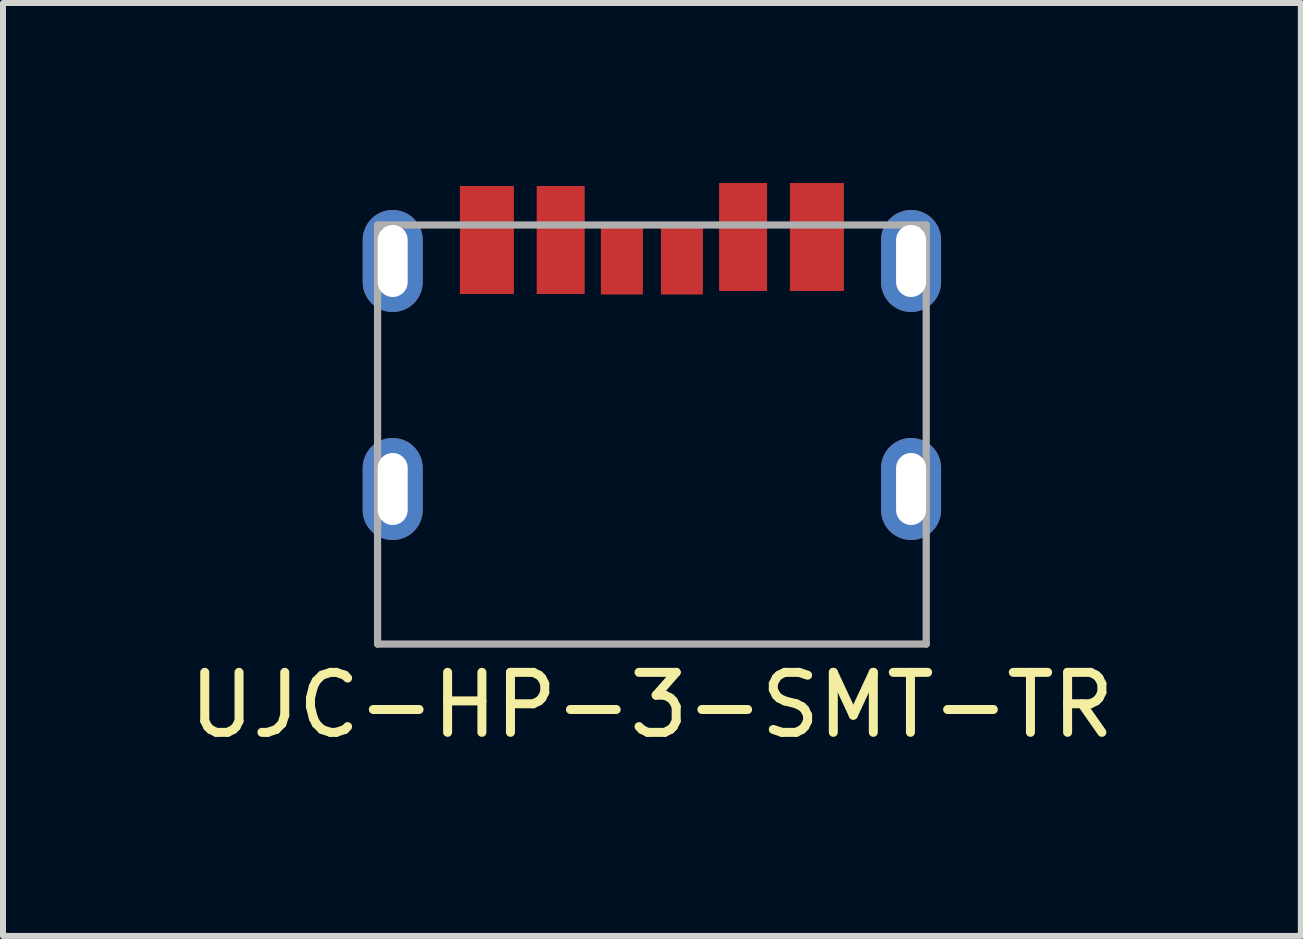
<source format=kicad_pcb>
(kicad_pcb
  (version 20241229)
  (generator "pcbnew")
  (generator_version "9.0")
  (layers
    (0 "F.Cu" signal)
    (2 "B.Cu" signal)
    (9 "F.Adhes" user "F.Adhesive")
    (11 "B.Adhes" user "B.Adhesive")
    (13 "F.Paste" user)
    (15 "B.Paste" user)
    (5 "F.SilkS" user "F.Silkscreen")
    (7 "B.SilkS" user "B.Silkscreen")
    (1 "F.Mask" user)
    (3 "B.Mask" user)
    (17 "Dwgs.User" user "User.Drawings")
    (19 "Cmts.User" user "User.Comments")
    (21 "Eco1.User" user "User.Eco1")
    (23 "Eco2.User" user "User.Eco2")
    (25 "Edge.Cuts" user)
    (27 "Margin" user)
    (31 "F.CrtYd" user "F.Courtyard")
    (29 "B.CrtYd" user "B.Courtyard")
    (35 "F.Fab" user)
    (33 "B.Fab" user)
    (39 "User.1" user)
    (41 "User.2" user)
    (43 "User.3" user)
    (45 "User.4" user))
  (footprint "UJC-HP-3-SMT-TR"
    (layer "F.Cu")
    (at 7.815 0.7)
    (property "Reference" "UJC-HP-3-SMT-TR" (at 0 8.001 0) (layer "F.SilkS") (effects (font (size 1 1) (thickness 0.15))))
    (attr through_hole)
    (fp_line (start -4.572 0) (end 4.572 0) (stroke (width 0.12) (type solid)) (layer "F.Fab"))
    (fp_line (start -4.572 6.985) (end -4.572 0) (stroke (width 0.12) (type solid)) (layer "F.Fab"))
    (fp_line (start 4.572 0) (end 4.572 6.985) (stroke (width 0.12) (type solid)) (layer "F.Fab"))
    (fp_line (start 4.572 6.985) (end -4.572 6.985) (stroke (width 0.12) (type solid)) (layer "F.Fab"))
    (pad "" thru_hole oval (at -4.32 0.6) (size 1 1.7) (drill oval 0.5 1.2) (layers "*.Cu" "*.Mask"))
    (pad "" thru_hole oval (at -4.32 4.4) (size 1 1.7) (drill oval 0.5 1.2) (layers "*.Cu" "*.Mask"))
    (pad "" thru_hole oval (at 4.32 0.6) (size 1 1.7) (drill oval 0.5 1.2) (layers "*.Cu" "*.Mask"))
    (pad "" thru_hole oval (at 4.32 4.4) (size 1 1.7) (drill oval 0.5 1.2) (layers "*.Cu" "*.Mask"))
    (pad "1" smd rect (at -1.52 0.25) (size 0.8 1.8) (layers "F.Cu" "F.Mask" "F.Paste"))
    (pad "1" smd rect (at 1.52 0.2) (size 0.8 1.8) (layers "F.Cu" "F.Mask" "F.Paste"))
    (pad "2" smd rect (at -2.75 0.25) (size 0.9 1.8) (layers "F.Cu" "F.Mask" "F.Paste"))
    (pad "2" smd rect (at 2.75 0.2) (size 0.9 1.8) (layers "F.Cu" "F.Mask" "F.Paste"))
    (pad "3" smd rect (at -0.5 0.584) (size 0.7 1.15) (layers "F.Cu" "F.Mask" "F.Paste"))
    (pad "4" smd rect (at 0.5 0.584) (size 0.7 1.15) (layers "F.Cu" "F.Mask" "F.Paste")))
  (gr_rect
    (start -3 -3)
    (end 18.631 12.549)
    (stroke (width 0.1) (type default))
    (fill no)
    (layer "Edge.Cuts")))
</source>
